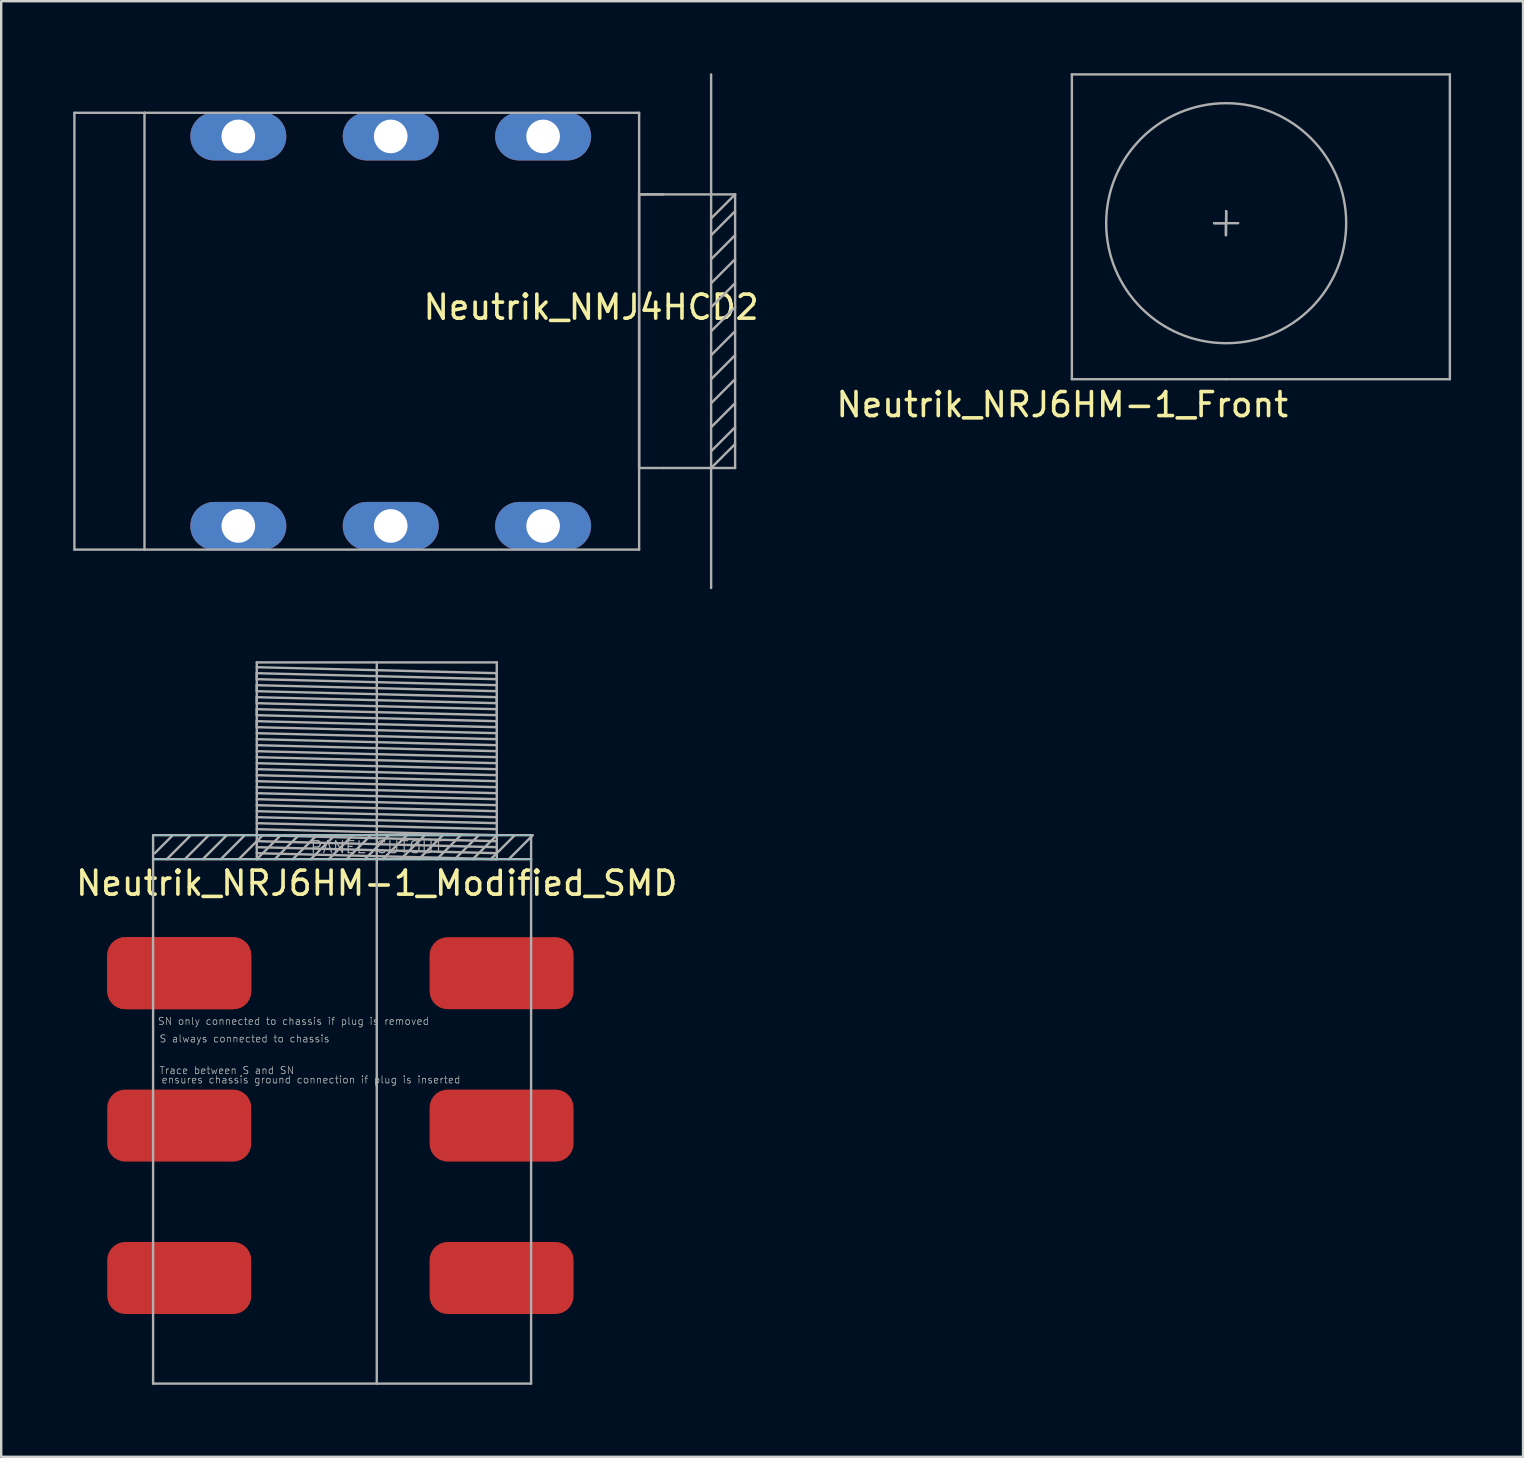
<source format=kicad_pcb>
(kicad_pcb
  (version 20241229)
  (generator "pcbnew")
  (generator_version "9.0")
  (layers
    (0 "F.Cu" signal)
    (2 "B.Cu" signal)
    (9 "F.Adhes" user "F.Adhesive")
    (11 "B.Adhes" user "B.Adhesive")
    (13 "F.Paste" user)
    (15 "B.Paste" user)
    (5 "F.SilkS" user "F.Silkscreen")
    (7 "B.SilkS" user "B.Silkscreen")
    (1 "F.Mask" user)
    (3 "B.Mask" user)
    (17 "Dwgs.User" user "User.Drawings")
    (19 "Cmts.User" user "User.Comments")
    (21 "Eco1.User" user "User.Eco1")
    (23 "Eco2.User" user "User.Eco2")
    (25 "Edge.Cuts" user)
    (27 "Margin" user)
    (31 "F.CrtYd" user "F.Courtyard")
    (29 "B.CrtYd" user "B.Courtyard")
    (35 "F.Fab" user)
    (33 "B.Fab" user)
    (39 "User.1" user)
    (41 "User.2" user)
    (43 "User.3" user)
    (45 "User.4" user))
  (footprint "Neutrik_NRJ6HM-1_Modified_SMD"
    (layer "F.Cu")
    (at 12.649 32.75)
    (property "Reference" "Neutrik_NRJ6HM-1_Modified_SMD" (at 0 1 0) (layer "F.SilkS") (effects (font (size 1 1) (thickness 0.15))))
    (attr through_hole)
    (fp_poly (pts (xy -9.32 0) (xy -9.32 -1) (xy 6.43 -1) (xy 6.43 0)) (stroke (width 0.01) (type solid)) (fill no) (layer "B.CrtYd"))
    (fp_line (start -9.32 -1) (end 6.43 -1) (stroke (width 0.1) (type solid)) (layer "F.Fab"))
    (fp_line (start -9.32 0) (end -9.32 -1) (stroke (width 0.1) (type solid)) (layer "F.Fab"))
    (fp_line (start -9.32 21.85) (end -9.32 0) (stroke (width 0.1) (type solid)) (layer "F.Fab"))
    (fp_line (start -8.5 -1) (end -9.25 -0.25) (stroke (width 0.1) (type solid)) (layer "F.Fab"))
    (fp_line (start -8 0) (end -7 -1) (stroke (width 0.1) (type solid)) (layer "F.Fab"))
    (fp_line (start -7.75 -1) (end -8.75 0) (stroke (width 0.1) (type solid)) (layer "F.Fab"))
    (fp_line (start -6.25 -1) (end -7.25 0) (stroke (width 0.1) (type solid)) (layer "F.Fab"))
    (fp_line (start -5.5 -1) (end -6.5 0) (stroke (width 0.1) (type solid)) (layer "F.Fab"))
    (fp_line (start -5 -8.2) (end 5 -8.2) (stroke (width 0.1) (type solid)) (layer "F.Fab"))
    (fp_line (start -5 -8) (end 5 -7.75) (stroke (width 0.1) (type solid)) (layer "F.Fab"))
    (fp_line (start -5 -7.75) (end -5 -7.5) (stroke (width 0.1) (type solid)) (layer "F.Fab"))
    (fp_line (start -5 -7.5) (end 5 -7.25) (stroke (width 0.1) (type solid)) (layer "F.Fab"))
    (fp_line (start -5 -7.25) (end -5 -7) (stroke (width 0.1) (type solid)) (layer "F.Fab"))
    (fp_line (start -5 -7) (end 5 -6.75) (stroke (width 0.1) (type solid)) (layer "F.Fab"))
    (fp_line (start -5 -6.75) (end -5 -6.5) (stroke (width 0.1) (type solid)) (layer "F.Fab"))
    (fp_line (start -5 -6.5) (end 5 -6.25) (stroke (width 0.1) (type solid)) (layer "F.Fab"))
    (fp_line (start -5 -6.25) (end -5 -6) (stroke (width 0.1) (type solid)) (layer "F.Fab"))
    (fp_line (start -5 -6) (end 5 -5.75) (stroke (width 0.1) (type solid)) (layer "F.Fab"))
    (fp_line (start -5 -5.75) (end -5 -5.5) (stroke (width 0.1) (type solid)) (layer "F.Fab"))
    (fp_line (start -5 -5.5) (end 5 -5.25) (stroke (width 0.1) (type solid)) (layer "F.Fab"))
    (fp_line (start -5 -5.25) (end 5 -5) (stroke (width 0.1) (type solid)) (layer "F.Fab"))
    (fp_line (start -5 -5) (end 5 -4.75) (stroke (width 0.1) (type solid)) (layer "F.Fab"))
    (fp_line (start -5 -4.75) (end 5 -4.5) (stroke (width 0.1) (type solid)) (layer "F.Fab"))
    (fp_line (start -5 -4.5) (end 5 -4.25) (stroke (width 0.1) (type solid)) (layer "F.Fab"))
    (fp_line (start -5 -4.25) (end 5 -4) (stroke (width 0.1) (type solid)) (layer "F.Fab"))
    (fp_line (start -5 -4) (end 5 -3.75) (stroke (width 0.1) (type solid)) (layer "F.Fab"))
    (fp_line (start -5 -3.75) (end 5 -3.5) (stroke (width 0.1) (type solid)) (layer "F.Fab"))
    (fp_line (start -5 -3.5) (end 5 -3.25) (stroke (width 0.1) (type solid)) (layer "F.Fab"))
    (fp_line (start -5 -3.25) (end 5 -3) (stroke (width 0.1) (type solid)) (layer "F.Fab"))
    (fp_line (start -5 -3) (end 5 -2.75) (stroke (width 0.1) (type solid)) (layer "F.Fab"))
    (fp_line (start -5 -2.75) (end 5 -2.5) (stroke (width 0.1) (type solid)) (layer "F.Fab"))
    (fp_line (start -5 -2.5) (end 5 -2.25) (stroke (width 0.1) (type solid)) (layer "F.Fab"))
    (fp_line (start -5 -2.25) (end 5 -2) (stroke (width 0.1) (type solid)) (layer "F.Fab"))
    (fp_line (start -5 -2) (end 5 -1.75) (stroke (width 0.1) (type solid)) (layer "F.Fab"))
    (fp_line (start -5 -1.75) (end 5 -1.5) (stroke (width 0.1) (type solid)) (layer "F.Fab"))
    (fp_line (start -5 -1.5) (end 5 -1.25) (stroke (width 0.1) (type solid)) (layer "F.Fab"))
    (fp_line (start -5 -1.25) (end 5 -1) (stroke (width 0.1) (type solid)) (layer "F.Fab"))
    (fp_line (start -5 -1) (end 5 -0.75) (stroke (width 0.1) (type solid)) (layer "F.Fab"))
    (fp_line (start -5 -0.75) (end 5 -0.5) (stroke (width 0.1) (type solid)) (layer "F.Fab"))
    (fp_line (start -5 -0.5) (end 5 -0.25) (stroke (width 0.1) (type solid)) (layer "F.Fab"))
    (fp_line (start -5 -0.25) (end 5 0) (stroke (width 0.1) (type solid)) (layer "F.Fab"))
    (fp_line (start -5 0) (end -5 -8.2) (stroke (width 0.1) (type solid)) (layer "F.Fab"))
    (fp_line (start -5 0) (end -4 -1) (stroke (width 0.1) (type solid)) (layer "F.Fab"))
    (fp_line (start -4.75 -1) (end -5.75 0) (stroke (width 0.1) (type solid)) (layer "F.Fab"))
    (fp_line (start -4.25 0) (end -3.25 -1) (stroke (width 0.1) (type solid)) (layer "F.Fab"))
    (fp_line (start -3.5 0) (end -2.5 -1) (stroke (width 0.1) (type solid)) (layer "F.Fab"))
    (fp_line (start -2.75 0) (end -1.75 -1) (stroke (width 0.1) (type solid)) (layer "F.Fab"))
    (fp_line (start -2 0) (end -1 -1) (stroke (width 0.1) (type solid)) (layer "F.Fab"))
    (fp_line (start -0.5 0) (end 0.5 -1) (stroke (width 0.1) (type solid)) (layer "F.Fab"))
    (fp_line (start -0.25 -1) (end -1.25 0) (stroke (width 0.1) (type solid)) (layer "F.Fab"))
    (fp_line (start 0 0) (end -9.32 0) (stroke (width 0.1) (type solid)) (layer "F.Fab"))
    (fp_line (start 0 0) (end 6.43 0) (stroke (width 0.1) (type solid)) (layer "F.Fab"))
    (fp_line (start 0 21.85) (end 0 -8.2) (stroke (width 0.1) (type solid)) (layer "F.Fab"))
    (fp_line (start 1 0) (end 2 -1) (stroke (width 0.1) (type solid)) (layer "F.Fab"))
    (fp_line (start 1.25 -1) (end 0.25 0) (stroke (width 0.1) (type solid)) (layer "F.Fab"))
    (fp_line (start 2.5 0) (end 3.5 -1) (stroke (width 0.1) (type solid)) (layer "F.Fab"))
    (fp_line (start 2.75 -1) (end 1.75 0) (stroke (width 0.1) (type solid)) (layer "F.Fab"))
    (fp_line (start 4 0) (end 5 -1) (stroke (width 0.1) (type solid)) (layer "F.Fab"))
    (fp_line (start 4.25 -1) (end 3.25 0) (stroke (width 0.1) (type solid)) (layer "F.Fab"))
    (fp_line (start 4.75 0) (end 5.75 -1) (stroke (width 0.1) (type solid)) (layer "F.Fab"))
    (fp_line (start 5 -8.2) (end 5 0) (stroke (width 0.1) (type solid)) (layer "F.Fab"))
    (fp_line (start 5 -7.75) (end 5 -7.5) (stroke (width 0.1) (type solid)) (layer "F.Fab"))
    (fp_line (start 5 -7.5) (end -5 -7.75) (stroke (width 0.1) (type solid)) (layer "F.Fab"))
    (fp_line (start 5 -7.25) (end 5 -7) (stroke (width 0.1) (type solid)) (layer "F.Fab"))
    (fp_line (start 5 -7) (end -5 -7.25) (stroke (width 0.1) (type solid)) (layer "F.Fab"))
    (fp_line (start 5 -6.75) (end 5 -6.5) (stroke (width 0.1) (type solid)) (layer "F.Fab"))
    (fp_line (start 5 -6.5) (end -5 -6.75) (stroke (width 0.1) (type solid)) (layer "F.Fab"))
    (fp_line (start 5 -6.25) (end 5 -6) (stroke (width 0.1) (type solid)) (layer "F.Fab"))
    (fp_line (start 5 -6) (end -5 -6.25) (stroke (width 0.1) (type solid)) (layer "F.Fab"))
    (fp_line (start 5 -5.75) (end 5 -5.5) (stroke (width 0.1) (type solid)) (layer "F.Fab"))
    (fp_line (start 5 -5.5) (end -5 -5.75) (stroke (width 0.1) (type solid)) (layer "F.Fab"))
    (fp_line (start 5 -5.25) (end 5 -5) (stroke (width 0.1) (type solid)) (layer "F.Fab"))
    (fp_line (start 5.5 0) (end 6.5 -1) (stroke (width 0.1) (type solid)) (layer "F.Fab"))
    (fp_line (start 6.43 -1) (end 6.43 0) (stroke (width 0.1) (type solid)) (layer "F.Fab"))
    (fp_line (start 6.43 0) (end 6.43 21.85) (stroke (width 0.1) (type solid)) (layer "F.Fab"))
    (fp_line (start 6.43 21.85) (end -9.32 21.85) (stroke (width 0.1) (type solid)) (layer "F.Fab"))
    (fp_text user "ensures chassis ground connection if plug is inserted" (at -2.74 9.19 0) (layer "F.Fab") (effects (font (size 0.3 0.3) (thickness 0.03))))
    (fp_text user "SN only connected to chassis if plug is removed" (at -3.47 6.75 0) (layer "F.Fab") (effects (font (size 0.3 0.3) (thickness 0.03))))
    (fp_text user "PANEL CUTOUT" (at 0 -0.5 0) (layer "F.Fab") (effects (font (size 0.5 0.5) (thickness 0.05))))
    (fp_text user "Trace between S and SN" (at -6.25 8.8 0) (layer "F.Fab") (effects (font (size 0.3 0.3) (thickness 0.03))))
    (fp_text user "S always connected to chassis" (at -5.51 7.48 0) (layer "F.Fab") (effects (font (size 0.3 0.3) (thickness 0.03))))
    (pad "CHASSIS" smd roundrect (at -7.23 4.75) (size 6 3) (drill (offset -1 0)) (layers "F.Cu" "F.Mask" "F.Paste") (roundrect_rratio 0.25))
    (pad "R" smd roundrect (at -7.23 11.1) (size 6 3) (drill (offset -1 0)) (layers "F.Cu" "F.Mask" "F.Paste") (roundrect_rratio 0.25))
    (pad "RN" smd roundrect (at 4.2 11.1) (size 6 3) (drill (offset 1 0)) (layers "F.Cu" "F.Mask" "F.Paste") (roundrect_rratio 0.25))
    (pad "S" smd roundrect (at -7.23 4.75) (size 6 3) (drill (offset -1 0)) (layers "F.Cu" "F.Mask" "F.Paste") (roundrect_rratio 0.25))
    (pad "SN" smd roundrect (at 4.2 4.75) (size 6 3) (drill (offset 1 0)) (layers "F.Cu" "F.Mask" "F.Paste") (roundrect_rratio 0.25))
    (pad "T" smd roundrect (at -7.23 17.45) (size 6 3) (drill (offset -1 0)) (layers "F.Cu" "F.Mask" "F.Paste") (roundrect_rratio 0.25))
    (pad "TN" smd roundrect (at 4.2 17.45) (size 6 3) (drill (offset 1 0)) (layers "F.Cu" "F.Mask" "F.Paste") (roundrect_rratio 0.25)))
  (footprint "Neutrik_NRJ6HM-1_Front"
    (layer "F.Cu")
    (at 41.611 12.75)
    (property "Reference" "Neutrik_NRJ6HM-1_Front" (at -0.4 1.06 0) (layer "F.SilkS") (effects (font (size 1 1) (thickness 0.15))))
    (attr through_hole)
    (fp_line (start 0 -12.7) (end 0 0) (stroke (width 0.1) (type solid)) (layer "F.Fab"))
    (fp_line (start 0 0) (end 6.43 0) (stroke (width 0.1) (type solid)) (layer "F.Fab"))
    (fp_line (start 5.93 -6.5) (end 6.93 -6.5) (stroke (width 0.1) (type solid)) (layer "F.Fab"))
    (fp_line (start 6.42 -6.5) (end 5.93 -6.5) (stroke (width 0.1) (type solid)) (layer "F.Fab"))
    (fp_line (start 6.42 -6) (end 6.42 -6.5) (stroke (width 0.1) (type solid)) (layer "F.Fab"))
    (fp_line (start 6.43 -7) (end 6.42 -6) (stroke (width 0.1) (type solid)) (layer "F.Fab"))
    (fp_line (start 6.43 -6.5) (end 6.43 -7) (stroke (width 0.1) (type solid)) (layer "F.Fab"))
    (fp_line (start 6.43 0) (end 15.75 0) (stroke (width 0.1) (type solid)) (layer "F.Fab"))
    (fp_line (start 15.75 -12.7) (end 0 -12.7) (stroke (width 0.1) (type solid)) (layer "F.Fab"))
    (fp_line (start 15.75 0) (end 15.75 -12.7) (stroke (width 0.1) (type solid)) (layer "F.Fab"))
    (fp_circle (center 6.43 -6.5) (end 6.42 -1.5) (stroke (width 0.1) (type solid)) (fill no) (layer "F.Fab")))
  (footprint "Neutrik_NMJ4HCD2"
    (layer "F.Cu")
    (at 23.58 10.75)
    (property "Reference" "Neutrik_NMJ4HCD2" (at -2 -1 0) (layer "F.SilkS") (effects (font (size 1 1) (thickness 0.15))))
    (attr through_hole)
    (fp_line (start -23.53 -9.1) (end -23.53 9.1) (stroke (width 0.1) (type solid)) (layer "F.Fab"))
    (fp_line (start -23.53 9.1) (end -20.61 9.1) (stroke (width 0.1) (type solid)) (layer "F.Fab"))
    (fp_line (start -20.61 -9.1) (end -23.53 -9.1) (stroke (width 0.1) (type solid)) (layer "F.Fab"))
    (fp_line (start -20.61 9.1) (end -20.61 -9.1) (stroke (width 0.1) (type solid)) (layer "F.Fab"))
    (fp_line (start 0 -9.1) (end -20.61 -9.1) (stroke (width 0.1) (type solid)) (layer "F.Fab"))
    (fp_line (start 0 -5.7) (end 0 5.7) (stroke (width 0.1) (type solid)) (layer "F.Fab"))
    (fp_line (start 0 -5.7) (end 3 -5.7) (stroke (width 0.1) (type solid)) (layer "F.Fab"))
    (fp_line (start 0 5.7) (end 1 5.7) (stroke (width 0.1) (type solid)) (layer "F.Fab"))
    (fp_line (start 0 9.1) (end -20.61 9.1) (stroke (width 0.1) (type solid)) (layer "F.Fab"))
    (fp_line (start 0 9.1) (end 0 -9.1) (stroke (width 0.1) (type solid)) (layer "F.Fab"))
    (fp_line (start 1 -5.7) (end 0 -5.7) (stroke (width 0.1) (type solid)) (layer "F.Fab"))
    (fp_line (start 3 -5.7) (end 3 -10.7) (stroke (width 0.1) (type solid)) (layer "F.Fab"))
    (fp_line (start 3 -5.7) (end 3 5.7) (stroke (width 0.1) (type solid)) (layer "F.Fab"))
    (fp_line (start 3 -4.7) (end 4 -5.7) (stroke (width 0.1) (type solid)) (layer "F.Fab"))
    (fp_line (start 3 -4) (end 4 -5) (stroke (width 0.1) (type solid)) (layer "F.Fab"))
    (fp_line (start 3 -3) (end 4 -4) (stroke (width 0.1) (type solid)) (layer "F.Fab"))
    (fp_line (start 3 -2) (end 4 -3) (stroke (width 0.1) (type solid)) (layer "F.Fab"))
    (fp_line (start 3 -1) (end 4 -2) (stroke (width 0.1) (type solid)) (layer "F.Fab"))
    (fp_line (start 3 0) (end 4 -1) (stroke (width 0.1) (type solid)) (layer "F.Fab"))
    (fp_line (start 3 1) (end 4 0) (stroke (width 0.1) (type solid)) (layer "F.Fab"))
    (fp_line (start 3 2) (end 4 1) (stroke (width 0.1) (type solid)) (layer "F.Fab"))
    (fp_line (start 3 3) (end 4 2) (stroke (width 0.1) (type solid)) (layer "F.Fab"))
    (fp_line (start 3 4) (end 4 3) (stroke (width 0.1) (type solid)) (layer "F.Fab"))
    (fp_line (start 3 5) (end 4 4) (stroke (width 0.1) (type solid)) (layer "F.Fab"))
    (fp_line (start 3 5.7) (end 1 5.7) (stroke (width 0.1) (type solid)) (layer "F.Fab"))
    (fp_line (start 3 5.7) (end 3 10.7) (stroke (width 0.1) (type solid)) (layer "F.Fab"))
    (fp_line (start 3 5.7) (end 4 4.7) (stroke (width 0.1) (type solid)) (layer "F.Fab"))
    (fp_line (start 4 -5.7) (end 3 -5.7) (stroke (width 0.1) (type solid)) (layer "F.Fab"))
    (fp_line (start 4 5.7) (end 3 5.7) (stroke (width 0.1) (type solid)) (layer "F.Fab"))
    (fp_line (start 4 5.7) (end 4 -5.7) (stroke (width 0.1) (type solid)) (layer "F.Fab"))
    (pad "R" thru_hole oval (at -10.35 -8.115) (size 4 2) (drill 1.4) (layers "*.Cu" "*.Mask"))
    (pad "S" thru_hole oval (at -4 -8.115) (size 4 2) (drill 1.4) (layers "*.Cu" "*.Mask"))
    (pad "T" thru_hole oval (at -16.7 -8.115) (size 4 2) (drill 1.4) (layers "*.Cu" "*.Mask"))
    (pad "TN" thru_hole oval (at -16.7 8.115) (size 4 2) (drill 1.4) (layers "*.Cu" "*.Mask"))
    (pad "TR" thru_hole oval (at -10.35 8.115) (size 4 2) (drill 1.4) (layers "*.Cu" "*.Mask"))
    (pad "TS" thru_hole oval (at -4 8.115) (size 4 2) (drill 1.4) (layers "*.Cu" "*.Mask")))
  (gr_rect
    (start -3 -3)
    (end 60.411 57.65)
    (stroke (width 0.1) (type default))
    (fill no)
    (layer "Edge.Cuts")))
</source>
